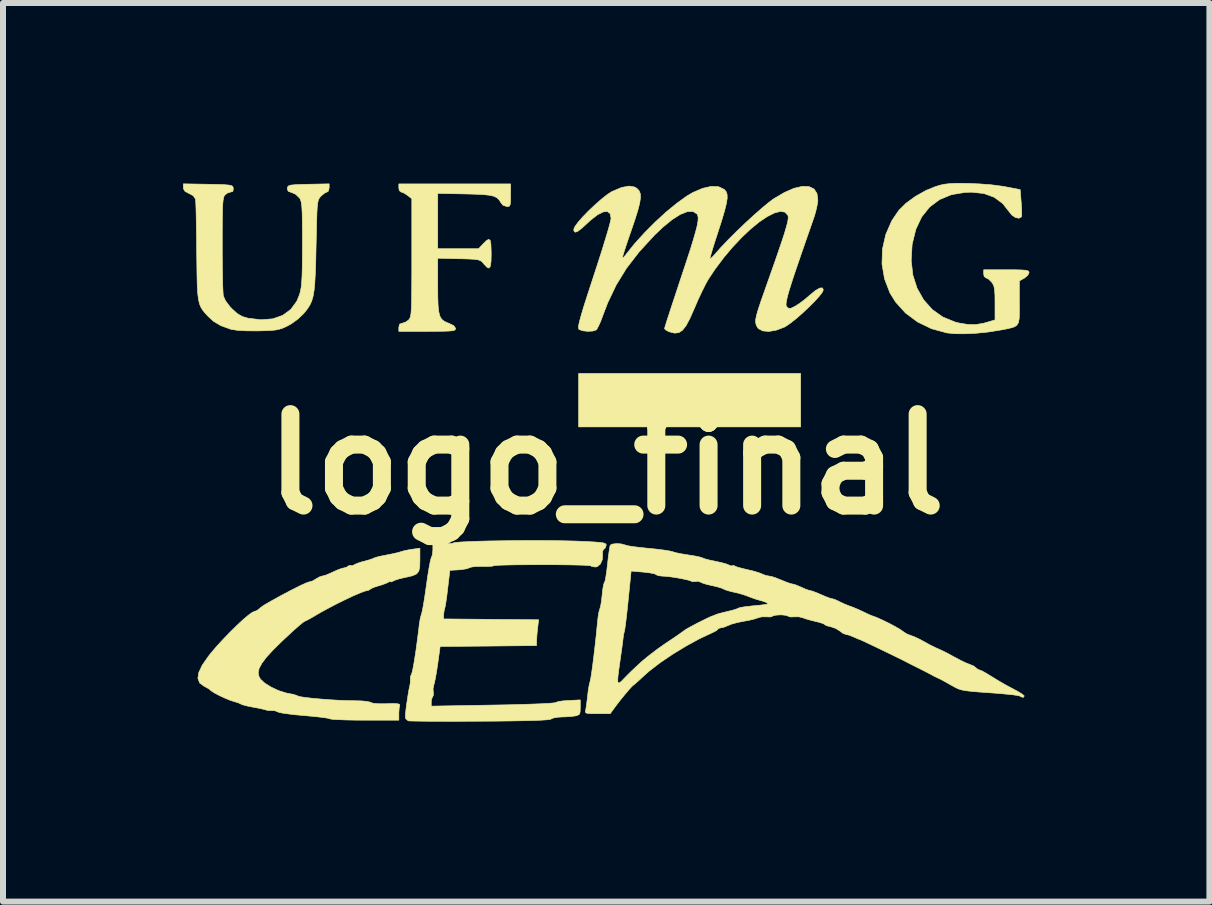
<source format=kicad_pcb>
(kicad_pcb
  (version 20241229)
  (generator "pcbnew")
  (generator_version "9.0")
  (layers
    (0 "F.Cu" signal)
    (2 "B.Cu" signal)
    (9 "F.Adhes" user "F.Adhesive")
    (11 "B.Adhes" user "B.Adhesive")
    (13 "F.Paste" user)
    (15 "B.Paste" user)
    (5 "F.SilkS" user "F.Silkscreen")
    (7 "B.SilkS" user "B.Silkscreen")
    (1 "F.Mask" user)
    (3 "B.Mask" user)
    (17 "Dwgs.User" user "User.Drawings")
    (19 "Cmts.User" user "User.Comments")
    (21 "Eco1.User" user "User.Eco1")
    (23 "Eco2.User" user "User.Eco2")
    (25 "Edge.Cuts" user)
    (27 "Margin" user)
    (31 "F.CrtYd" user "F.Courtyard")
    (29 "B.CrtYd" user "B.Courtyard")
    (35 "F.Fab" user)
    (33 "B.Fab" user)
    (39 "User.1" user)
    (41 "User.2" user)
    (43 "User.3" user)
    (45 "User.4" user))
  (footprint "logo_final"
    (layer "F.Cu")
    (at 7.05 4.684)
    (property "Reference" "logo_final" (at 0 0 0) (layer "F.SilkS") (effects (font (size 1.524 1.524) (thickness 0.3))))
    (attr through_hole)
    (fp_poly (pts (xy 3.239 -0.621) (xy -0.459 -0.621) (xy -0.459 -1.512) (xy 3.239 -1.512) (xy 3.239 -0.621)) (stroke (width 0.01) (type solid)) (fill yes) (layer "F.SilkS"))
    (fp_poly (pts (xy -1.593 -4.481) (xy -1.594 -4.382) (xy -1.6 -4.325) (xy -1.614 -4.299) (xy -1.642 -4.292) (xy -1.655 -4.292) (xy -1.721 -4.316) (xy -1.752 -4.354) (xy -1.782 -4.402) (xy -1.818 -4.438) (xy -1.87 -4.464) (xy -1.944 -4.481) (xy -2.049 -4.492) (xy -2.194 -4.499) (xy -2.355 -4.503) (xy -2.807 -4.512) (xy -2.807 -3.59) (xy -2.127 -3.59) (xy -2.051 -3.671) (xy -1.994 -3.727) (xy -1.956 -3.747) (xy -1.932 -3.727) (xy -1.921 -3.663) (xy -1.917 -3.55) (xy -1.916 -3.509) (xy -1.919 -3.38) (xy -1.93 -3.3) (xy -1.951 -3.268) (xy -1.984 -3.279) (xy -2.033 -3.33) (xy -2.041 -3.34) (xy -2.067 -3.371) (xy -2.095 -3.391) (xy -2.134 -3.405) (xy -2.196 -3.414) (xy -2.289 -3.419) (xy -2.425 -3.423) (xy -2.454 -3.423) (xy -2.807 -3.432) (xy -2.807 -2.978) (xy -2.806 -2.788) (xy -2.801 -2.645) (xy -2.79 -2.54) (xy -2.771 -2.466) (xy -2.742 -2.416) (xy -2.701 -2.382) (xy -2.645 -2.356) (xy -2.624 -2.349) (xy -2.541 -2.309) (xy -2.51 -2.265) (xy -2.51 -2.261) (xy -2.514 -2.244) (xy -2.53 -2.231) (xy -2.566 -2.223) (xy -2.629 -2.218) (xy -2.727 -2.215) (xy -2.866 -2.214) (xy -2.983 -2.213) (xy -3.455 -2.213) (xy -3.455 -2.281) (xy -3.442 -2.334) (xy -3.401 -2.348) (xy -3.342 -2.367) (xy -3.293 -2.402) (xy -3.279 -2.418) (xy -3.268 -2.439) (xy -3.259 -2.47) (xy -3.252 -2.516) (xy -3.247 -2.583) (xy -3.243 -2.677) (xy -3.241 -2.802) (xy -3.24 -2.965) (xy -3.239 -3.171) (xy -3.239 -3.425) (xy -3.239 -4.423) (xy -3.31 -4.479) (xy -3.37 -4.518) (xy -3.417 -4.535) (xy -3.418 -4.535) (xy -3.447 -4.558) (xy -3.455 -4.602) (xy -3.455 -4.67) (xy -1.593 -4.67) (xy -1.593 -4.481)) (stroke (width 0.01) (type solid)) (fill yes) (layer "F.SilkS"))
    (fp_poly (pts (xy 5.965 -4.679) (xy 6.019 -4.678) (xy 6.22 -4.67) (xy 6.418 -4.655) (xy 6.592 -4.632) (xy 6.64 -4.624) (xy 6.897 -4.575) (xy 6.914 -4.359) (xy 6.921 -4.256) (xy 6.923 -4.174) (xy 6.921 -4.128) (xy 6.919 -4.123) (xy 6.878 -4.098) (xy 6.818 -4.11) (xy 6.757 -4.152) (xy 6.723 -4.195) (xy 6.606 -4.343) (xy 6.464 -4.448) (xy 6.293 -4.51) (xy 6.089 -4.532) (xy 5.981 -4.529) (xy 5.752 -4.491) (xy 5.554 -4.409) (xy 5.388 -4.285) (xy 5.256 -4.12) (xy 5.159 -3.915) (xy 5.099 -3.672) (xy 5.096 -3.651) (xy 5.081 -3.393) (xy 5.109 -3.151) (xy 5.179 -2.932) (xy 5.288 -2.739) (xy 5.432 -2.577) (xy 5.608 -2.452) (xy 5.814 -2.368) (xy 5.879 -2.352) (xy 6.031 -2.327) (xy 6.159 -2.326) (xy 6.289 -2.349) (xy 6.338 -2.363) (xy 6.478 -2.404) (xy 6.478 -2.683) (xy 6.477 -2.814) (xy 6.471 -2.903) (xy 6.46 -2.964) (xy 6.44 -3.008) (xy 6.422 -3.033) (xy 6.373 -3.082) (xy 6.33 -3.104) (xy 6.328 -3.104) (xy 6.297 -3.128) (xy 6.289 -3.172) (xy 6.289 -3.239) (xy 6.667 -3.239) (xy 6.817 -3.239) (xy 6.922 -3.236) (xy 6.989 -3.231) (xy 7.026 -3.222) (xy 7.042 -3.208) (xy 7.045 -3.192) (xy 7.023 -3.147) (xy 6.97 -3.102) (xy 6.964 -3.099) (xy 6.883 -3.053) (xy 6.883 -2.686) (xy 6.884 -2.534) (xy 6.881 -2.427) (xy 6.867 -2.355) (xy 6.835 -2.309) (xy 6.779 -2.28) (xy 6.69 -2.258) (xy 6.562 -2.234) (xy 6.534 -2.229) (xy 6.354 -2.201) (xy 6.163 -2.182) (xy 5.976 -2.173) (xy 5.81 -2.174) (xy 5.681 -2.187) (xy 5.678 -2.187) (xy 5.421 -2.257) (xy 5.189 -2.369) (xy 4.987 -2.519) (xy 4.822 -2.701) (xy 4.727 -2.854) (xy 4.637 -3.089) (xy 4.595 -3.335) (xy 4.603 -3.585) (xy 4.658 -3.828) (xy 4.759 -4.058) (xy 4.875 -4.229) (xy 4.994 -4.347) (xy 5.15 -4.461) (xy 5.326 -4.56) (xy 5.472 -4.62) (xy 5.555 -4.647) (xy 5.632 -4.664) (xy 5.717 -4.674) (xy 5.823 -4.679) (xy 5.965 -4.679)) (stroke (width 0.01) (type solid)) (fill yes) (layer "F.SilkS"))
    (fp_poly (pts (xy -4.616 -4.603) (xy -4.628 -4.551) (xy -4.652 -4.535) (xy -4.693 -4.516) (xy -4.746 -4.472) (xy -4.753 -4.465) (xy -4.772 -4.444) (xy -4.787 -4.421) (xy -4.799 -4.39) (xy -4.808 -4.344) (xy -4.815 -4.278) (xy -4.82 -4.184) (xy -4.824 -4.056) (xy -4.828 -3.889) (xy -4.833 -3.675) (xy -4.834 -3.635) (xy -4.839 -3.387) (xy -4.846 -3.186) (xy -4.855 -3.025) (xy -4.867 -2.898) (xy -4.884 -2.797) (xy -4.908 -2.716) (xy -4.939 -2.649) (xy -4.979 -2.587) (xy -5.028 -2.525) (xy -5.051 -2.5) (xy -5.141 -2.415) (xy -5.252 -2.336) (xy -5.312 -2.303) (xy -5.382 -2.27) (xy -5.445 -2.249) (xy -5.515 -2.235) (xy -5.607 -2.227) (xy -5.732 -2.223) (xy -5.803 -2.221) (xy -5.987 -2.222) (xy -6.137 -2.23) (xy -6.245 -2.246) (xy -6.262 -2.251) (xy -6.42 -2.308) (xy -6.543 -2.381) (xy -6.63 -2.461) (xy -6.681 -2.515) (xy -6.721 -2.564) (xy -6.752 -2.614) (xy -6.776 -2.672) (xy -6.793 -2.745) (xy -6.805 -2.838) (xy -6.813 -2.96) (xy -6.817 -3.115) (xy -6.82 -3.312) (xy -6.823 -3.55) (xy -6.825 -3.756) (xy -6.828 -3.947) (xy -6.831 -4.115) (xy -6.834 -4.253) (xy -6.838 -4.354) (xy -6.842 -4.411) (xy -6.843 -4.418) (xy -6.881 -4.474) (xy -6.951 -4.511) (xy -7.018 -4.546) (xy -7.044 -4.591) (xy -7.045 -4.608) (xy -7.045 -4.671) (xy -6.633 -4.664) (xy -6.476 -4.661) (xy -6.365 -4.657) (xy -6.292 -4.651) (xy -6.248 -4.643) (xy -6.225 -4.63) (xy -6.216 -4.611) (xy -6.213 -4.595) (xy -6.219 -4.547) (xy -6.256 -4.535) (xy -6.314 -4.516) (xy -6.353 -4.485) (xy -6.366 -4.466) (xy -6.376 -4.435) (xy -6.384 -4.387) (xy -6.39 -4.316) (xy -6.393 -4.215) (xy -6.396 -4.079) (xy -6.397 -3.901) (xy -6.397 -3.676) (xy -6.397 -3.665) (xy -6.397 -3.462) (xy -6.395 -3.273) (xy -6.392 -3.105) (xy -6.389 -2.966) (xy -6.384 -2.865) (xy -6.38 -2.808) (xy -6.379 -2.805) (xy -6.343 -2.722) (xy -6.27 -2.626) (xy -6.235 -2.589) (xy -6.145 -2.508) (xy -6.062 -2.46) (xy -5.969 -2.433) (xy -5.75 -2.406) (xy -5.556 -2.422) (xy -5.39 -2.48) (xy -5.256 -2.578) (xy -5.155 -2.715) (xy -5.109 -2.828) (xy -5.094 -2.884) (xy -5.082 -2.948) (xy -5.074 -3.027) (xy -5.068 -3.129) (xy -5.064 -3.261) (xy -5.062 -3.43) (xy -5.061 -3.646) (xy -5.061 -3.672) (xy -5.061 -3.886) (xy -5.063 -4.052) (xy -5.065 -4.179) (xy -5.07 -4.271) (xy -5.076 -4.337) (xy -5.086 -4.383) (xy -5.098 -4.416) (xy -5.11 -4.436) (xy -5.174 -4.497) (xy -5.239 -4.526) (xy -5.297 -4.546) (xy -5.313 -4.583) (xy -5.312 -4.599) (xy -5.306 -4.623) (xy -5.289 -4.639) (xy -5.253 -4.65) (xy -5.188 -4.656) (xy -5.085 -4.661) (xy -4.96 -4.664) (xy -4.616 -4.671) (xy -4.616 -4.603)) (stroke (width 0.01) (type solid)) (fill yes) (layer "F.SilkS"))
    (fp_poly (pts (xy -0.897 1.273) (xy -0.709 1.276) (xy -0.545 1.28) (xy -0.506 1.281) (xy -0.328 1.289) (xy -0.198 1.296) (xy -0.107 1.303) (xy -0.049 1.311) (xy -0.016 1.322) (xy -0.002 1.336) (xy 0 1.35) (xy -0.018 1.398) (xy -0.036 1.412) (xy -0.061 1.448) (xy -0.061 1.502) (xy -0.065 1.591) (xy -0.098 1.664) (xy -0.151 1.708) (xy -0.181 1.713) (xy -0.237 1.705) (xy -0.259 1.693) (xy -0.291 1.688) (xy -0.368 1.683) (xy -0.482 1.68) (xy -0.626 1.677) (xy -0.79 1.675) (xy -0.968 1.674) (xy -1.149 1.674) (xy -1.327 1.675) (xy -1.493 1.676) (xy -1.639 1.679) (xy -1.756 1.682) (xy -1.836 1.686) (xy -1.871 1.691) (xy -1.871 1.692) (xy -1.906 1.7) (xy -1.978 1.704) (xy -2.067 1.703) (xy -2.163 1.704) (xy -2.239 1.712) (xy -2.277 1.724) (xy -2.321 1.741) (xy -2.398 1.754) (xy -2.457 1.76) (xy -2.605 1.768) (xy -2.64 2.065) (xy -2.655 2.189) (xy -2.67 2.296) (xy -2.683 2.372) (xy -2.691 2.402) (xy -2.704 2.461) (xy -2.708 2.51) (xy -2.71 2.578) (xy -1.126 2.592) (xy -1.143 2.733) (xy -1.153 2.831) (xy -1.159 2.917) (xy -1.16 2.949) (xy -1.161 3.022) (xy -1.964 3.03) (xy -2.767 3.037) (xy -2.808 3.334) (xy -2.827 3.459) (xy -2.846 3.567) (xy -2.863 3.646) (xy -2.872 3.678) (xy -2.885 3.742) (xy -2.881 3.794) (xy -2.88 3.85) (xy -2.892 3.876) (xy -2.909 3.911) (xy -2.915 3.96) (xy -2.915 4.031) (xy -1.885 4.013) (xy -1.645 4.009) (xy -1.427 4.003) (xy -1.235 3.997) (xy -1.074 3.991) (xy -0.951 3.984) (xy -0.871 3.977) (xy -0.839 3.971) (xy -0.839 3.971) (xy -0.806 3.957) (xy -0.734 3.945) (xy -0.638 3.937) (xy -0.627 3.937) (xy -0.432 3.927) (xy -0.432 4.052) (xy -0.435 4.129) (xy -0.449 4.169) (xy -0.486 4.187) (xy -0.516 4.194) (xy -0.595 4.204) (xy -0.695 4.21) (xy -0.74 4.211) (xy -0.826 4.217) (xy -0.892 4.232) (xy -0.912 4.243) (xy -0.936 4.252) (xy -0.993 4.259) (xy -1.085 4.265) (xy -1.216 4.27) (xy -1.388 4.274) (xy -1.606 4.278) (xy -1.872 4.281) (xy -2.098 4.282) (xy -2.344 4.283) (xy -2.575 4.284) (xy -2.783 4.283) (xy -2.964 4.283) (xy -3.112 4.281) (xy -3.222 4.279) (xy -3.286 4.277) (xy -3.3 4.275) (xy -3.34 4.24) (xy -3.347 4.21) (xy -3.343 4.151) (xy -3.333 4.06) (xy -3.318 3.953) (xy -3.302 3.847) (xy -3.287 3.758) (xy -3.275 3.703) (xy -3.273 3.698) (xy -3.264 3.639) (xy -3.264 3.595) (xy -3.259 3.532) (xy -3.245 3.501) (xy -3.232 3.462) (xy -3.214 3.377) (xy -3.193 3.253) (xy -3.169 3.097) (xy -3.145 2.918) (xy -3.12 2.722) (xy -3.115 2.672) (xy -3.101 2.585) (xy -3.083 2.513) (xy -3.077 2.497) (xy -3.066 2.452) (xy -3.049 2.365) (xy -3.029 2.245) (xy -3.008 2.103) (xy -2.995 2.011) (xy -2.974 1.863) (xy -2.953 1.734) (xy -2.934 1.633) (xy -2.919 1.57) (xy -2.912 1.553) (xy -2.897 1.512) (xy -2.889 1.441) (xy -2.888 1.423) (xy -2.888 1.319) (xy -2.731 1.325) (xy -2.64 1.325) (xy -2.568 1.319) (xy -2.539 1.31) (xy -2.501 1.303) (xy -2.416 1.296) (xy -2.291 1.29) (xy -2.133 1.284) (xy -1.949 1.279) (xy -1.747 1.276) (xy -1.534 1.273) (xy -1.317 1.272) (xy -1.102 1.272) (xy -0.897 1.273)) (stroke (width 0.01) (type solid)) (fill yes) (layer "F.SilkS"))
    (fp_poly (pts (xy -3.104 1.598) (xy -3.107 1.708) (xy -3.122 1.781) (xy -3.158 1.827) (xy -3.226 1.858) (xy -3.336 1.884) (xy -3.362 1.889) (xy -3.454 1.911) (xy -3.526 1.935) (xy -3.556 1.95) (xy -3.585 1.963) (xy -3.59 1.957) (xy -3.607 1.952) (xy -3.624 1.963) (xy -3.669 1.985) (xy -3.744 2.012) (xy -3.786 2.024) (xy -3.864 2.049) (xy -3.917 2.072) (xy -3.93 2.082) (xy -3.966 2.104) (xy -3.983 2.105) (xy -4.032 2.118) (xy -4.119 2.152) (xy -4.234 2.202) (xy -4.366 2.265) (xy -4.508 2.335) (xy -4.648 2.409) (xy -4.777 2.48) (xy -4.832 2.512) (xy -4.918 2.563) (xy -4.986 2.6) (xy -5.023 2.617) (xy -5.025 2.618) (xy -5.051 2.635) (xy -5.107 2.68) (xy -5.182 2.746) (xy -5.213 2.773) (xy -5.402 2.949) (xy -5.551 3.096) (xy -5.662 3.217) (xy -5.738 3.318) (xy -5.783 3.402) (xy -5.798 3.474) (xy -5.786 3.536) (xy -5.76 3.582) (xy -5.69 3.647) (xy -5.584 3.713) (xy -5.462 3.771) (xy -5.339 3.81) (xy -5.293 3.82) (xy -5.212 3.835) (xy -5.154 3.854) (xy -5.141 3.861) (xy -5.102 3.873) (xy -5.02 3.886) (xy -4.904 3.899) (xy -4.765 3.912) (xy -4.613 3.924) (xy -4.459 3.933) (xy -4.311 3.939) (xy -4.185 3.941) (xy -4.074 3.944) (xy -3.984 3.953) (xy -3.93 3.965) (xy -3.923 3.97) (xy -3.88 3.984) (xy -3.793 3.991) (xy -3.67 3.991) (xy -3.66 3.99) (xy -3.546 3.987) (xy -3.476 3.991) (xy -3.444 4) (xy -3.441 4.017) (xy -3.45 4.067) (xy -3.455 4.142) (xy -3.455 4.159) (xy -3.455 4.265) (xy -4.016 4.265) (xy -4.186 4.264) (xy -4.337 4.261) (xy -4.462 4.256) (xy -4.553 4.251) (xy -4.599 4.244) (xy -4.604 4.242) (xy -4.638 4.232) (xy -4.717 4.22) (xy -4.829 4.207) (xy -4.964 4.194) (xy -5.032 4.188) (xy -5.176 4.175) (xy -5.301 4.16) (xy -5.399 4.146) (xy -5.458 4.133) (xy -5.469 4.127) (xy -5.522 4.107) (xy -5.566 4.105) (xy -5.633 4.103) (xy -5.668 4.095) (xy -5.715 4.082) (xy -5.796 4.064) (xy -5.884 4.048) (xy -5.979 4.029) (xy -6.052 4.01) (xy -6.087 3.996) (xy -6.131 3.975) (xy -6.195 3.956) (xy -6.264 3.934) (xy -6.353 3.897) (xy -6.446 3.854) (xy -6.527 3.811) (xy -6.58 3.777) (xy -6.591 3.767) (xy -6.626 3.739) (xy -6.688 3.705) (xy -6.699 3.7) (xy -6.773 3.645) (xy -6.803 3.569) (xy -6.788 3.47) (xy -6.73 3.347) (xy -6.625 3.197) (xy -6.584 3.145) (xy -6.487 3.031) (xy -6.377 2.912) (xy -6.263 2.794) (xy -6.151 2.684) (xy -6.048 2.588) (xy -5.96 2.514) (xy -5.896 2.468) (xy -5.867 2.456) (xy -5.821 2.439) (xy -5.781 2.409) (xy -5.749 2.382) (xy -5.705 2.351) (xy -5.641 2.313) (xy -5.547 2.26) (xy -5.426 2.193) (xy -5.238 2.094) (xy -5.091 2.02) (xy -4.986 1.973) (xy -4.924 1.954) (xy -4.913 1.953) (xy -4.883 1.941) (xy -4.832 1.909) (xy -4.771 1.875) (xy -4.724 1.862) (xy -4.678 1.85) (xy -4.604 1.82) (xy -4.548 1.794) (xy -4.465 1.757) (xy -4.396 1.733) (xy -4.368 1.728) (xy -4.319 1.713) (xy -4.305 1.7) (xy -4.272 1.685) (xy -4.262 1.689) (xy -4.221 1.689) (xy -4.203 1.678) (xy -4.158 1.656) (xy -4.083 1.63) (xy -4.035 1.618) (xy -3.952 1.595) (xy -3.891 1.574) (xy -3.873 1.565) (xy -3.835 1.551) (xy -3.759 1.532) (xy -3.662 1.513) (xy -3.657 1.512) (xy -3.555 1.492) (xy -3.467 1.472) (xy -3.415 1.456) (xy -3.355 1.439) (xy -3.27 1.423) (xy -3.232 1.417) (xy -3.104 1.4) (xy -3.104 1.598)) (stroke (width 0.01) (type solid)) (fill yes) (layer "F.SilkS"))
    (fp_poly (pts (xy 0.474 -4.618) (xy 0.513 -4.594) (xy 0.548 -4.556) (xy 0.568 -4.507) (xy 0.571 -4.439) (xy 0.557 -4.346) (xy 0.525 -4.223) (xy 0.474 -4.061) (xy 0.42 -3.903) (xy 0.37 -3.759) (xy 0.328 -3.632) (xy 0.295 -3.531) (xy 0.275 -3.465) (xy 0.271 -3.444) (xy 0.285 -3.444) (xy 0.319 -3.479) (xy 0.331 -3.496) (xy 0.472 -3.672) (xy 0.637 -3.854) (xy 0.815 -4.033) (xy 0.998 -4.201) (xy 1.176 -4.347) (xy 1.34 -4.465) (xy 1.442 -4.526) (xy 1.606 -4.596) (xy 1.752 -4.629) (xy 1.874 -4.623) (xy 1.967 -4.578) (xy 1.97 -4.575) (xy 1.999 -4.541) (xy 2.014 -4.495) (xy 2.016 -4.432) (xy 2.002 -4.344) (xy 1.973 -4.226) (xy 1.927 -4.07) (xy 1.863 -3.87) (xy 1.862 -3.867) (xy 1.816 -3.726) (xy 1.777 -3.602) (xy 1.748 -3.504) (xy 1.731 -3.443) (xy 1.728 -3.427) (xy 1.743 -3.429) (xy 1.781 -3.465) (xy 1.813 -3.501) (xy 1.909 -3.609) (xy 2.031 -3.737) (xy 2.169 -3.875) (xy 2.315 -4.015) (xy 2.46 -4.148) (xy 2.595 -4.267) (xy 2.71 -4.362) (xy 2.789 -4.421) (xy 2.969 -4.527) (xy 3.129 -4.597) (xy 3.268 -4.629) (xy 3.38 -4.625) (xy 3.463 -4.585) (xy 3.512 -4.509) (xy 3.526 -4.397) (xy 3.521 -4.352) (xy 3.503 -4.259) (xy 3.473 -4.147) (xy 3.451 -4.082) (xy 3.343 -3.772) (xy 3.252 -3.51) (xy 3.177 -3.291) (xy 3.116 -3.111) (xy 3.07 -2.966) (xy 3.035 -2.853) (xy 3.013 -2.767) (xy 3 -2.704) (xy 2.996 -2.662) (xy 3 -2.635) (xy 3.007 -2.623) (xy 3.04 -2.597) (xy 3.075 -2.597) (xy 3.133 -2.624) (xy 3.15 -2.633) (xy 3.222 -2.679) (xy 3.313 -2.748) (xy 3.39 -2.814) (xy 3.487 -2.894) (xy 3.559 -2.935) (xy 3.603 -2.937) (xy 3.617 -2.902) (xy 3.597 -2.86) (xy 3.544 -2.792) (xy 3.466 -2.707) (xy 3.371 -2.612) (xy 3.267 -2.515) (xy 3.164 -2.425) (xy 3.069 -2.35) (xy 2.992 -2.297) (xy 2.971 -2.285) (xy 2.836 -2.234) (xy 2.712 -2.212) (xy 2.608 -2.221) (xy 2.536 -2.26) (xy 2.525 -2.273) (xy 2.502 -2.312) (xy 2.49 -2.355) (xy 2.49 -2.408) (xy 2.505 -2.482) (xy 2.534 -2.583) (xy 2.58 -2.721) (xy 2.621 -2.837) (xy 2.722 -3.124) (xy 2.807 -3.364) (xy 2.875 -3.562) (xy 2.93 -3.723) (xy 2.971 -3.85) (xy 3 -3.949) (xy 3.02 -4.022) (xy 3.03 -4.076) (xy 3.033 -4.113) (xy 3.029 -4.139) (xy 3.026 -4.148) (xy 2.977 -4.2) (xy 2.902 -4.212) (xy 2.803 -4.186) (xy 2.685 -4.127) (xy 2.552 -4.038) (xy 2.409 -3.921) (xy 2.26 -3.781) (xy 2.109 -3.621) (xy 1.96 -3.445) (xy 1.817 -3.254) (xy 1.701 -3.081) (xy 1.656 -3) (xy 1.598 -2.884) (xy 1.534 -2.748) (xy 1.473 -2.606) (xy 1.468 -2.595) (xy 1.395 -2.429) (xy 1.331 -2.309) (xy 1.271 -2.232) (xy 1.21 -2.192) (xy 1.14 -2.184) (xy 1.058 -2.204) (xy 1.032 -2.214) (xy 0.986 -2.241) (xy 0.972 -2.26) (xy 0.98 -2.29) (xy 1.003 -2.365) (xy 1.04 -2.479) (xy 1.087 -2.624) (xy 1.144 -2.796) (xy 1.207 -2.987) (xy 1.24 -3.087) (xy 1.326 -3.346) (xy 1.396 -3.559) (xy 1.449 -3.731) (xy 1.488 -3.867) (xy 1.515 -3.971) (xy 1.529 -4.049) (xy 1.532 -4.105) (xy 1.526 -4.143) (xy 1.512 -4.17) (xy 1.511 -4.171) (xy 1.445 -4.211) (xy 1.352 -4.208) (xy 1.235 -4.162) (xy 1.098 -4.075) (xy 0.943 -3.948) (xy 0.802 -3.814) (xy 0.548 -3.537) (xy 0.338 -3.265) (xy 0.166 -2.985) (xy 0.024 -2.687) (xy -0.053 -2.486) (xy -0.092 -2.381) (xy -0.13 -2.297) (xy -0.159 -2.245) (xy -0.168 -2.236) (xy -0.227 -2.218) (xy -0.308 -2.214) (xy -0.39 -2.223) (xy -0.448 -2.243) (xy -0.457 -2.252) (xy -0.462 -2.272) (xy -0.459 -2.315) (xy -0.444 -2.382) (xy -0.417 -2.48) (xy -0.378 -2.613) (xy -0.323 -2.785) (xy -0.253 -3) (xy -0.204 -3.15) (xy -0.136 -3.359) (xy -0.073 -3.555) (xy -0.019 -3.731) (xy 0.026 -3.88) (xy 0.059 -3.997) (xy 0.077 -4.073) (xy 0.081 -4.098) (xy 0.065 -4.175) (xy 0.02 -4.21) (xy -0.051 -4.203) (xy -0.146 -4.155) (xy -0.26 -4.066) (xy -0.31 -4.02) (xy -0.408 -3.93) (xy -0.476 -3.879) (xy -0.517 -3.865) (xy -0.537 -3.885) (xy -0.54 -3.916) (xy -0.52 -3.961) (xy -0.467 -4.033) (xy -0.389 -4.122) (xy -0.294 -4.22) (xy -0.19 -4.318) (xy -0.086 -4.41) (xy 0.009 -4.486) (xy 0.087 -4.538) (xy 0.099 -4.544) (xy 0.254 -4.61) (xy 0.379 -4.634) (xy 0.474 -4.618)) (stroke (width 0.01) (type solid)) (fill yes) (layer "F.SilkS"))
    (fp_poly (pts (xy 0.25 1.328) (xy 0.313 1.345) (xy 0.318 1.347) (xy 0.361 1.359) (xy 0.447 1.373) (xy 0.563 1.387) (xy 0.696 1.401) (xy 0.711 1.402) (xy 0.846 1.416) (xy 0.963 1.431) (xy 1.052 1.445) (xy 1.1 1.456) (xy 1.103 1.457) (xy 1.15 1.472) (xy 1.234 1.49) (xy 1.339 1.507) (xy 1.361 1.511) (xy 1.465 1.527) (xy 1.55 1.544) (xy 1.599 1.559) (xy 1.604 1.561) (xy 1.644 1.577) (xy 1.72 1.597) (xy 1.818 1.617) (xy 1.822 1.618) (xy 1.921 1.64) (xy 2.001 1.662) (xy 2.045 1.68) (xy 2.045 1.681) (xy 2.084 1.696) (xy 2.097 1.691) (xy 2.13 1.689) (xy 2.143 1.697) (xy 2.184 1.714) (xy 2.26 1.735) (xy 2.348 1.756) (xy 2.451 1.78) (xy 2.541 1.807) (xy 2.591 1.827) (xy 2.658 1.854) (xy 2.704 1.862) (xy 2.762 1.873) (xy 2.826 1.894) (xy 2.884 1.918) (xy 2.915 1.93) (xy 2.947 1.943) (xy 3.005 1.966) (xy 3.069 1.989) (xy 3.113 1.998) (xy 3.155 2.01) (xy 3.224 2.038) (xy 3.253 2.051) (xy 3.327 2.084) (xy 3.384 2.103) (xy 3.396 2.105) (xy 3.438 2.116) (xy 3.512 2.144) (xy 3.579 2.173) (xy 3.664 2.209) (xy 3.731 2.234) (xy 3.76 2.24) (xy 3.804 2.252) (xy 3.871 2.282) (xy 3.887 2.291) (xy 3.968 2.329) (xy 4.041 2.358) (xy 4.049 2.361) (xy 4.11 2.383) (xy 4.198 2.42) (xy 4.265 2.451) (xy 4.345 2.489) (xy 4.404 2.516) (xy 4.427 2.525) (xy 4.499 2.551) (xy 4.596 2.594) (xy 4.705 2.647) (xy 4.809 2.702) (xy 4.894 2.751) (xy 4.944 2.786) (xy 4.944 2.786) (xy 5.008 2.828) (xy 5.067 2.851) (xy 5.131 2.874) (xy 5.219 2.915) (xy 5.291 2.954) (xy 5.387 3.007) (xy 5.481 3.054) (xy 5.533 3.077) (xy 5.605 3.11) (xy 5.702 3.159) (xy 5.804 3.215) (xy 5.807 3.216) (xy 5.904 3.268) (xy 5.992 3.31) (xy 6.052 3.334) (xy 6.056 3.335) (xy 6.121 3.362) (xy 6.157 3.39) (xy 6.199 3.423) (xy 6.22 3.428) (xy 6.257 3.442) (xy 6.324 3.479) (xy 6.409 3.531) (xy 6.421 3.538) (xy 6.538 3.61) (xy 6.672 3.687) (xy 6.778 3.743) (xy 6.866 3.791) (xy 6.932 3.832) (xy 6.963 3.859) (xy 6.964 3.863) (xy 6.947 3.886) (xy 6.907 3.873) (xy 6.895 3.864) (xy 6.861 3.855) (xy 6.782 3.843) (xy 6.668 3.831) (xy 6.527 3.818) (xy 6.388 3.808) (xy 6.216 3.796) (xy 6.087 3.785) (xy 5.993 3.774) (xy 5.923 3.761) (xy 5.868 3.744) (xy 5.817 3.72) (xy 5.761 3.689) (xy 5.75 3.683) (xy 5.659 3.631) (xy 5.578 3.587) (xy 5.53 3.564) (xy 5.464 3.533) (xy 5.426 3.512) (xy 5.381 3.488) (xy 5.306 3.449) (xy 5.223 3.407) (xy 5.125 3.358) (xy 5.034 3.312) (xy 4.98 3.284) (xy 4.928 3.257) (xy 4.843 3.216) (xy 4.737 3.164) (xy 4.62 3.108) (xy 4.503 3.051) (xy 4.395 3) (xy 4.309 2.959) (xy 4.253 2.933) (xy 4.238 2.927) (xy 4.207 2.915) (xy 4.146 2.889) (xy 4.124 2.879) (xy 4.051 2.85) (xy 3.996 2.835) (xy 3.987 2.834) (xy 3.943 2.817) (xy 3.891 2.778) (xy 3.822 2.735) (xy 3.738 2.707) (xy 3.738 2.707) (xy 3.676 2.692) (xy 3.645 2.676) (xy 3.644 2.673) (xy 3.62 2.658) (xy 3.558 2.637) (xy 3.489 2.62) (xy 3.393 2.596) (xy 3.311 2.572) (xy 3.275 2.558) (xy 3.206 2.542) (xy 3.132 2.543) (xy 3.07 2.545) (xy 3.034 2.533) (xy 3.034 2.533) (xy 3.001 2.519) (xy 2.934 2.511) (xy 2.902 2.51) (xy 2.827 2.515) (xy 2.777 2.527) (xy 2.77 2.533) (xy 2.736 2.545) (xy 2.674 2.543) (xy 2.671 2.543) (xy 2.591 2.543) (xy 2.528 2.559) (xy 2.472 2.578) (xy 2.382 2.6) (xy 2.29 2.617) (xy 2.184 2.638) (xy 2.089 2.664) (xy 2.034 2.686) (xy 1.964 2.715) (xy 1.91 2.726) (xy 1.87 2.736) (xy 1.862 2.747) (xy 1.84 2.77) (xy 1.786 2.799) (xy 1.775 2.804) (xy 1.561 2.904) (xy 1.335 3.027) (xy 1.111 3.163) (xy 0.901 3.305) (xy 0.72 3.444) (xy 0.627 3.526) (xy 0.553 3.595) (xy 0.493 3.648) (xy 0.46 3.676) (xy 0.457 3.677) (xy 0.429 3.702) (xy 0.377 3.759) (xy 0.311 3.837) (xy 0.24 3.924) (xy 0.174 4.01) (xy 0.148 4.044) (xy 0.067 4.156) (xy -0.145 4.156) (xy -0.25 4.156) (xy -0.312 4.152) (xy -0.341 4.141) (xy -0.347 4.12) (xy -0.342 4.096) (xy -0.332 4.038) (xy -0.32 3.947) (xy -0.31 3.86) (xy -0.298 3.76) (xy -0.283 3.675) (xy -0.271 3.63) (xy -0.267 3.613) (xy 0.191 3.613) (xy 0.2 3.644) (xy 0.223 3.642) (xy 0.26 3.61) (xy 0.314 3.554) (xy 0.318 3.55) (xy 0.403 3.464) (xy 0.509 3.364) (xy 0.612 3.27) (xy 0.621 3.263) (xy 0.727 3.177) (xy 0.856 3.079) (xy 0.985 2.988) (xy 1.026 2.961) (xy 1.128 2.893) (xy 1.216 2.832) (xy 1.278 2.788) (xy 1.299 2.772) (xy 1.337 2.747) (xy 1.408 2.707) (xy 1.498 2.659) (xy 1.595 2.61) (xy 1.684 2.566) (xy 1.751 2.535) (xy 1.782 2.525) (xy 1.815 2.512) (xy 1.822 2.508) (xy 1.861 2.494) (xy 1.936 2.474) (xy 2.011 2.456) (xy 2.102 2.434) (xy 2.172 2.412) (xy 2.202 2.398) (xy 2.241 2.386) (xy 2.319 2.374) (xy 2.423 2.362) (xy 2.465 2.358) (xy 2.57 2.348) (xy 2.65 2.337) (xy 2.695 2.327) (xy 2.699 2.323) (xy 2.676 2.307) (xy 2.616 2.284) (xy 2.572 2.272) (xy 2.476 2.243) (xy 2.387 2.211) (xy 2.363 2.201) (xy 2.288 2.174) (xy 2.189 2.146) (xy 2.134 2.134) (xy 2.048 2.113) (xy 1.982 2.092) (xy 1.959 2.081) (xy 1.918 2.063) (xy 1.843 2.041) (xy 1.768 2.024) (xy 1.676 2.003) (xy 1.604 1.98) (xy 1.573 1.965) (xy 1.521 1.949) (xy 1.496 1.954) (xy 1.441 1.958) (xy 1.421 1.95) (xy 1.375 1.933) (xy 1.291 1.914) (xy 1.186 1.894) (xy 1.077 1.877) (xy 0.981 1.867) (xy 0.94 1.865) (xy 0.873 1.858) (xy 0.835 1.843) (xy 0.832 1.839) (xy 0.803 1.826) (xy 0.734 1.812) (xy 0.638 1.8) (xy 0.619 1.798) (xy 0.415 1.78) (xy 0.367 2.26) (xy 0.351 2.417) (xy 0.335 2.558) (xy 0.321 2.672) (xy 0.31 2.749) (xy 0.304 2.78) (xy 0.29 2.836) (xy 0.281 2.902) (xy 0.274 2.962) (xy 0.261 3.061) (xy 0.244 3.181) (xy 0.232 3.266) (xy 0.209 3.429) (xy 0.195 3.543) (xy 0.191 3.613) (xy -0.267 3.613) (xy -0.26 3.584) (xy -0.245 3.492) (xy -0.227 3.362) (xy -0.207 3.204) (xy -0.186 3.025) (xy -0.165 2.834) (xy -0.146 2.639) (xy -0.145 2.632) (xy -0.134 2.534) (xy -0.12 2.456) (xy -0.108 2.416) (xy -0.108 2.416) (xy -0.096 2.377) (xy -0.082 2.301) (xy -0.07 2.2) (xy -0.068 2.18) (xy -0.057 2.081) (xy -0.044 2.008) (xy -0.032 1.972) (xy -0.03 1.97) (xy -0.019 1.945) (xy -0.006 1.877) (xy 0.009 1.777) (xy 0.021 1.672) (xy 0.035 1.55) (xy 0.049 1.447) (xy 0.061 1.375) (xy 0.068 1.348) (xy 0.106 1.33) (xy 0.174 1.323) (xy 0.25 1.328)) (stroke (width 0.01) (type solid)) (fill yes) (layer "F.SilkS")))
  (gr_rect
    (start -3 -3)
    (end 17.1 11.972)
    (stroke (width 0.1) (type default))
    (fill no)
    (layer "Edge.Cuts")))
</source>
